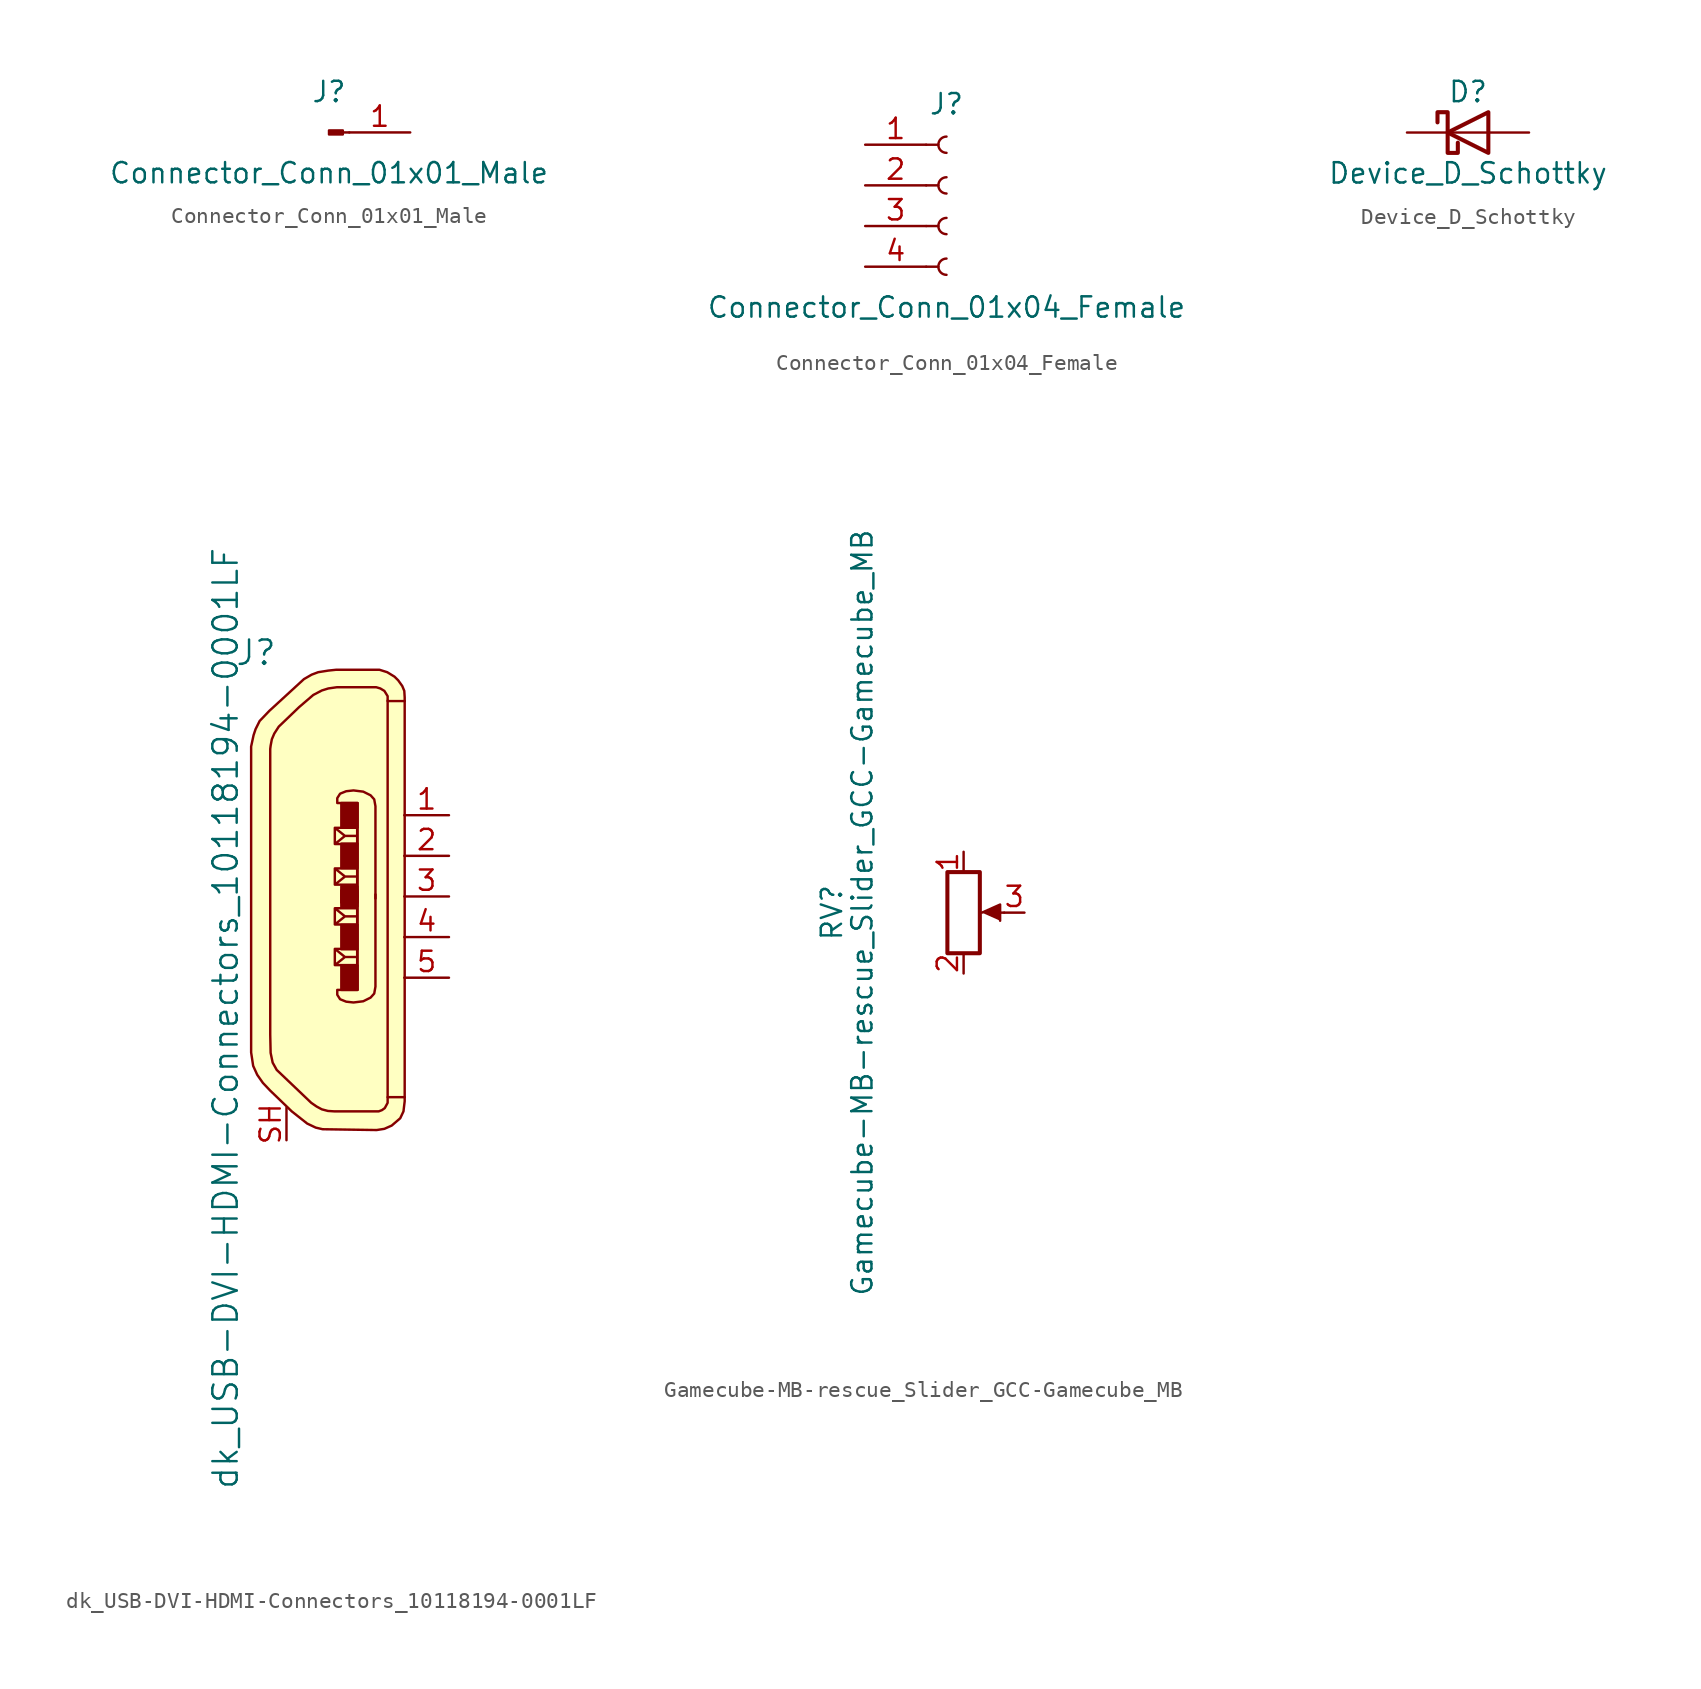
<source format=kicad_sym>
(kicad_symbol_lib
  (version 20211014)
  (generator kicad_symbol_editor)
  (symbol "Connector_Conn_01x01_Male"
    (pin_names
      (offset 1.016) hide)
    (property "Reference" "J"
      (at 0 2.54 0)
      (effects (font (size 1.27 1.27))))
    (property "Value" "Connector_Conn_01x01_Male"
      (at 0 -2.54 0)
      (effects (font (size 1.27 1.27))))
    (symbol "Connector_Conn_01x01_Male_1_1"
      (polyline (pts (xy 1.27 0) (xy 0.864 0)) (stroke (width 0.152) (type default) (color 0 0 0 0)) (fill (type none)))
      (rectangle (start 0.864 0.127) (end 0 -0.127) (stroke (width 0.152) (type default) (color 0 0 0 0)) (fill (type outline)))
      (pin passive line (at 5.08 0 180) (length 3.81) (name "Pin_1" (effects (font (size 1.27 1.27)))) (number "1" (effects (font (size 1.27 1.27)))))))
  (symbol "Connector_Conn_01x04_Female"
    (pin_names
      (offset 1.016) hide)
    (property "Reference" "J"
      (at 0 5.08 0)
      (effects (font (size 1.27 1.27))))
    (property "Value" "Connector_Conn_01x04_Female"
      (at 0 -7.62 0)
      (effects (font (size 1.27 1.27))))
    (symbol "Connector_Conn_01x04_Female_1_1"
      (arc (start 0 -4.572) (mid -0.508 -5.08) (end 0 -5.588) (stroke (width 0.1524) (type default) (color 0 0 0 0)) (fill (type none)))
      (arc (start 0 -2.032) (mid -0.508 -2.54) (end 0 -3.048) (stroke (width 0.1524) (type default) (color 0 0 0 0)) (fill (type none)))
      (polyline (pts (xy -1.27 -5.08) (xy -0.508 -5.08)) (stroke (width 0.152) (type default) (color 0 0 0 0)) (fill (type none)))
      (polyline (pts (xy -1.27 -2.54) (xy -0.508 -2.54)) (stroke (width 0.152) (type default) (color 0 0 0 0)) (fill (type none)))
      (polyline (pts (xy -1.27 0) (xy -0.508 0)) (stroke (width 0.152) (type default) (color 0 0 0 0)) (fill (type none)))
      (polyline (pts (xy -1.27 2.54) (xy -0.508 2.54)) (stroke (width 0.152) (type default) (color 0 0 0 0)) (fill (type none)))
      (arc (start 0 0.508) (mid -0.508 0) (end 0 -0.508) (stroke (width 0.1524) (type default) (color 0 0 0 0)) (fill (type none)))
      (arc (start 0 3.048) (mid -0.508 2.54) (end 0 2.032) (stroke (width 0.1524) (type default) (color 0 0 0 0)) (fill (type none)))
      (pin passive line (at -5.08 2.54 0) (length 3.81) (name "Pin_1" (effects (font (size 1.27 1.27)))) (number "1" (effects (font (size 1.27 1.27)))))
      (pin passive line (at -5.08 0 0) (length 3.81) (name "Pin_2" (effects (font (size 1.27 1.27)))) (number "2" (effects (font (size 1.27 1.27)))))
      (pin passive line (at -5.08 -2.54 0) (length 3.81) (name "Pin_3" (effects (font (size 1.27 1.27)))) (number "3" (effects (font (size 1.27 1.27)))))
      (pin passive line (at -5.08 -5.08 0) (length 3.81) (name "Pin_4" (effects (font (size 1.27 1.27)))) (number "4" (effects (font (size 1.27 1.27)))))))
  (symbol "Device_D_Schottky"
    (pin_numbers hide)
    (pin_names
      (offset 1.016) hide)
    (property "Reference" "D"
      (at 0 2.54 0)
      (effects (font (size 1.27 1.27))))
    (property "Value" "Device_D_Schottky"
      (at 0 -2.54 0)
      (effects (font (size 1.27 1.27))))
    (symbol "Device_D_Schottky_0_1"
      (polyline (pts (xy 1.27 0) (xy -1.27 0)) (stroke (width 0) (type default) (color 0 0 0 0)) (fill (type none)))
      (polyline (pts (xy 1.27 1.27) (xy 1.27 -1.27) (xy -1.27 0) (xy 1.27 1.27)) (stroke (width 0.254) (type default) (color 0 0 0 0)) (fill (type none)))
      (polyline (pts (xy -1.905 0.635) (xy -1.905 1.27) (xy -1.27 1.27) (xy -1.27 -1.27) (xy -0.635 -1.27) (xy -0.635 -0.635)) (stroke (width 0.254) (type default) (color 0 0 0 0)) (fill (type none))))
    (symbol "Device_D_Schottky_1_1"
      (pin passive line (at -3.81 0 0) (length 2.54) (name "K" (effects (font (size 1.27 1.27)))) (number "1" (effects (font (size 1.27 1.27)))))
      (pin passive line (at 3.81 0 180) (length 2.54) (name "A" (effects (font (size 1.27 1.27)))) (number "2" (effects (font (size 1.27 1.27)))))))
  (symbol "dk_USB-DVI-HDMI-Connectors_10118194-0001LF"
    (pin_names
      (offset 1.016))
    (property "Reference" "J"
      (at -4.445 15.24 0)
      (effects (font (size 1.524 1.524))))
    (property "Value" "dk_USB-DVI-HDMI-Connectors_10118194-0001LF"
      (at -6.35 -7.62 90)
      (effects (font (size 1.524 1.524))))
    (symbol "dk_USB-DVI-HDMI-Connectors_10118194-0001LF_0_1"
      (polyline (pts (xy 3.785 12.243) (xy 3.785 -12.548)) (stroke (width 0) (type default) (color 0 0 0 0)) (fill (type none)))
      (polyline (pts (xy 0.483 -4.293) (xy 0.483 -3.277) (xy 1.88 -3.277) (xy 1.88 -4.293) (xy 0.483 -4.293) (xy 1.118 -3.785) (xy 0.483 -3.277) (xy 1.88 -3.277) (xy 1.88 -3.785) (xy 1.118 -3.785)) (stroke (width 0) (type default) (color 0 0 0 0)) (fill (type none)))
      (polyline (pts (xy 0.483 -1.753) (xy 0.483 -0.737) (xy 1.88 -0.737) (xy 1.88 -1.753) (xy 0.483 -1.753) (xy 1.118 -1.245) (xy 0.483 -0.737) (xy 1.88 -0.737) (xy 1.88 -1.245) (xy 1.118 -1.245)) (stroke (width 0) (type default) (color 0 0 0 0)) (fill (type none)))
      (polyline (pts (xy 0.483 1.753) (xy 0.483 0.737) (xy 1.88 0.737) (xy 1.88 1.753) (xy 0.483 1.753) (xy 1.118 1.245) (xy 0.483 0.737) (xy 1.88 0.737) (xy 1.88 1.245) (xy 1.118 1.245)) (stroke (width 0) (type default) (color 0 0 0 0)) (fill (type none)))
      (polyline (pts (xy 0.483 4.293) (xy 0.483 3.277) (xy 1.88 3.277) (xy 1.88 4.293) (xy 0.483 4.293) (xy 1.118 3.785) (xy 0.483 3.277) (xy 1.88 3.277) (xy 1.88 3.785) (xy 1.118 3.785)) (stroke (width 0) (type default) (color 0 0 0 0)) (fill (type none)))
      (polyline (pts (xy 1.905 -0.025) (xy 1.905 5.842) (xy 0.635 5.842) (xy 0.635 6.147) (xy 0.813 6.426) (xy 1.194 6.579) (xy 1.651 6.629) (xy 2.261 6.553) (xy 2.718 6.325) (xy 2.946 6.071) (xy 3.023 5.639) (xy 3.023 4.801) (xy 3.023 -0.127)) (stroke (width 0) (type default) (color 0 0 0 0)) (fill (type none)))
      (polyline (pts (xy 1.905 0.025) (xy 1.905 -5.842) (xy 0.635 -5.842) (xy 0.635 -6.147) (xy 0.813 -6.426) (xy 1.194 -6.579) (xy 1.651 -6.629) (xy 2.261 -6.553) (xy 2.718 -6.325) (xy 2.946 -6.071) (xy 3.023 -5.639) (xy 3.023 -4.801) (xy 3.023 0.127)) (stroke (width 0) (type default) (color 0 0 0 0)) (fill (type none)))
      (polyline (pts (xy 4.851 -12.548) (xy 3.835 -12.548) (xy 3.785 -12.548) (xy 3.785 -12.903) (xy 3.607 -13.233) (xy 3.429 -13.36) (xy 3.226 -13.437) (xy 0.457 -13.437) (xy 0.051 -13.411) (xy -0.33 -13.31) (xy -0.66 -13.132) (xy -0.991 -12.903) (xy -3.15 -10.846) (xy -3.404 -10.389) (xy -3.531 -9.779) (xy -3.556 -8.636) (xy -3.556 9.22) (xy -3.531 9.423) (xy -3.454 9.83) (xy -3.302 10.185) (xy -3.023 10.617) (xy -1.753 11.836) (xy -0.864 12.598) (xy -0.33 12.878) (xy 0.076 13.005) (xy 0.61 13.081) (xy 3.073 13.081) (xy 3.327 13.005) (xy 3.581 12.852) (xy 3.785 12.522) (xy 3.785 12.217) (xy 4.851 12.217)) (stroke (width 0) (type default) (color 0 0 0 0)) (fill (type none)))
      (polyline (pts (xy 4.851 -11.481) (xy 4.851 -12.802) (xy 4.775 -13.437) (xy 4.572 -13.868) (xy 4.039 -14.326) (xy 3.581 -14.529) (xy 3.099 -14.605) (xy -0.279 -14.554) (xy -0.711 -14.453) (xy -1.245 -14.199) (xy -2.21 -13.437) (xy -3.556 -12.141) (xy -4.013 -11.659) (xy -4.369 -11.151) (xy -4.623 -10.592) (xy -4.75 -9.754) (xy -4.75 9.373) (xy -4.597 10.084) (xy -4.47 10.465) (xy -4.216 10.973) (xy -3.607 11.608) (xy -1.448 13.589) (xy -0.965 13.868) (xy -0.559 14.021) (xy 0.076 14.122) (xy 0.559 14.173) (xy 3.277 14.173) (xy 3.759 14.021) (xy 4.216 13.741) (xy 4.445 13.513) (xy 4.699 13.157) (xy 4.826 12.852) (xy 4.851 12.446) (xy 4.851 -11.506)) (stroke (width 0) (type default) (color 0 0 0 0)) (fill (type background)))
      (rectangle (start 0.889 -4.318) (end 1.905 -5.842) (stroke (width 0) (type default) (color 0 0 0 0)) (fill (type outline)))
      (rectangle (start 0.889 -3.302) (end 1.905 -1.778) (stroke (width 0) (type default) (color 0 0 0 0)) (fill (type outline)))
      (rectangle (start 0.889 -0.635) (end 1.905 0.381) (stroke (width 0) (type default) (color 0 0 0 0)) (fill (type outline)))
      (rectangle (start 0.889 0.635) (end 1.905 -0.381) (stroke (width 0) (type default) (color 0 0 0 0)) (fill (type outline)))
      (rectangle (start 0.889 3.302) (end 1.905 1.778) (stroke (width 0) (type default) (color 0 0 0 0)) (fill (type outline)))
      (rectangle (start 0.889 4.318) (end 1.905 5.842) (stroke (width 0) (type default) (color 0 0 0 0)) (fill (type outline))))
    (symbol "dk_USB-DVI-HDMI-Connectors_10118194-0001LF_1_1"
      (pin passive line (at 7.62 5.08 180) (length 2.794) (name "~" (effects (font (size 1.27 1.27)))) (number "1" (effects (font (size 1.27 1.27)))))
      (pin passive line (at 7.62 2.54 180) (length 2.794) (name "~" (effects (font (size 1.27 1.27)))) (number "2" (effects (font (size 1.27 1.27)))))
      (pin passive line (at 7.62 0 180) (length 2.794) (name "~" (effects (font (size 1.27 1.27)))) (number "3" (effects (font (size 1.27 1.27)))))
      (pin passive line (at 7.62 -2.54 180) (length 2.794) (name "~" (effects (font (size 1.27 1.27)))) (number "4" (effects (font (size 1.27 1.27)))))
      (pin passive line (at 7.62 -5.08 180) (length 2.794) (name "~" (effects (font (size 1.27 1.27)))) (number "5" (effects (font (size 1.27 1.27)))))
      (pin passive line (at -2.54 -15.24 90) (length 2.032) (name "~" (effects (font (size 1.27 1.27)))) (number "SH" (effects (font (size 1.27 1.27)))))))
  (symbol "Gamecube-MB-rescue_Slider_GCC-Gamecube_MB"
    (pin_names
      (offset 1.016) hide)
    (property "Reference" "RV"
      (at -8.255 0 90)
      (effects (font (size 1.27 1.27))))
    (property "Value" "Gamecube-MB-rescue_Slider_GCC-Gamecube_MB"
      (at -6.35 0 90)
      (effects (font (size 1.27 1.27))))
    (symbol "Gamecube-MB-rescue_Slider_GCC-Gamecube_MB_0_1"
      (polyline (pts (xy 2.54 0) (xy 1.524 0)) (stroke (width 0) (type default) (color 0 0 0 0)) (fill (type none)))
      (polyline (pts (xy 1.143 0) (xy 2.286 0.508) (xy 2.286 -0.508)) (stroke (width 0) (type default) (color 0 0 0 0)) (fill (type outline)))
      (rectangle (start 1.016 2.54) (end -1.016 -2.54) (stroke (width 0.254) (type default) (color 0 0 0 0)) (fill (type none))))
    (symbol "Gamecube-MB-rescue_Slider_GCC-Gamecube_MB_1_1"
      (pin passive line (at 0 3.81 270) (length 1.27) (name "V+" (effects (font (size 1.27 1.27)))) (number "1" (effects (font (size 1.27 1.27)))))
      (pin passive line (at 0 -3.81 90) (length 1.27) (name "GND" (effects (font (size 1.27 1.27)))) (number "2" (effects (font (size 1.27 1.27)))))
      (pin passive line (at 3.81 0 180) (length 1.27) (name "Signal" (effects (font (size 1.27 1.27)))) (number "3" (effects (font (size 1.27 1.27))))))))
</source>
